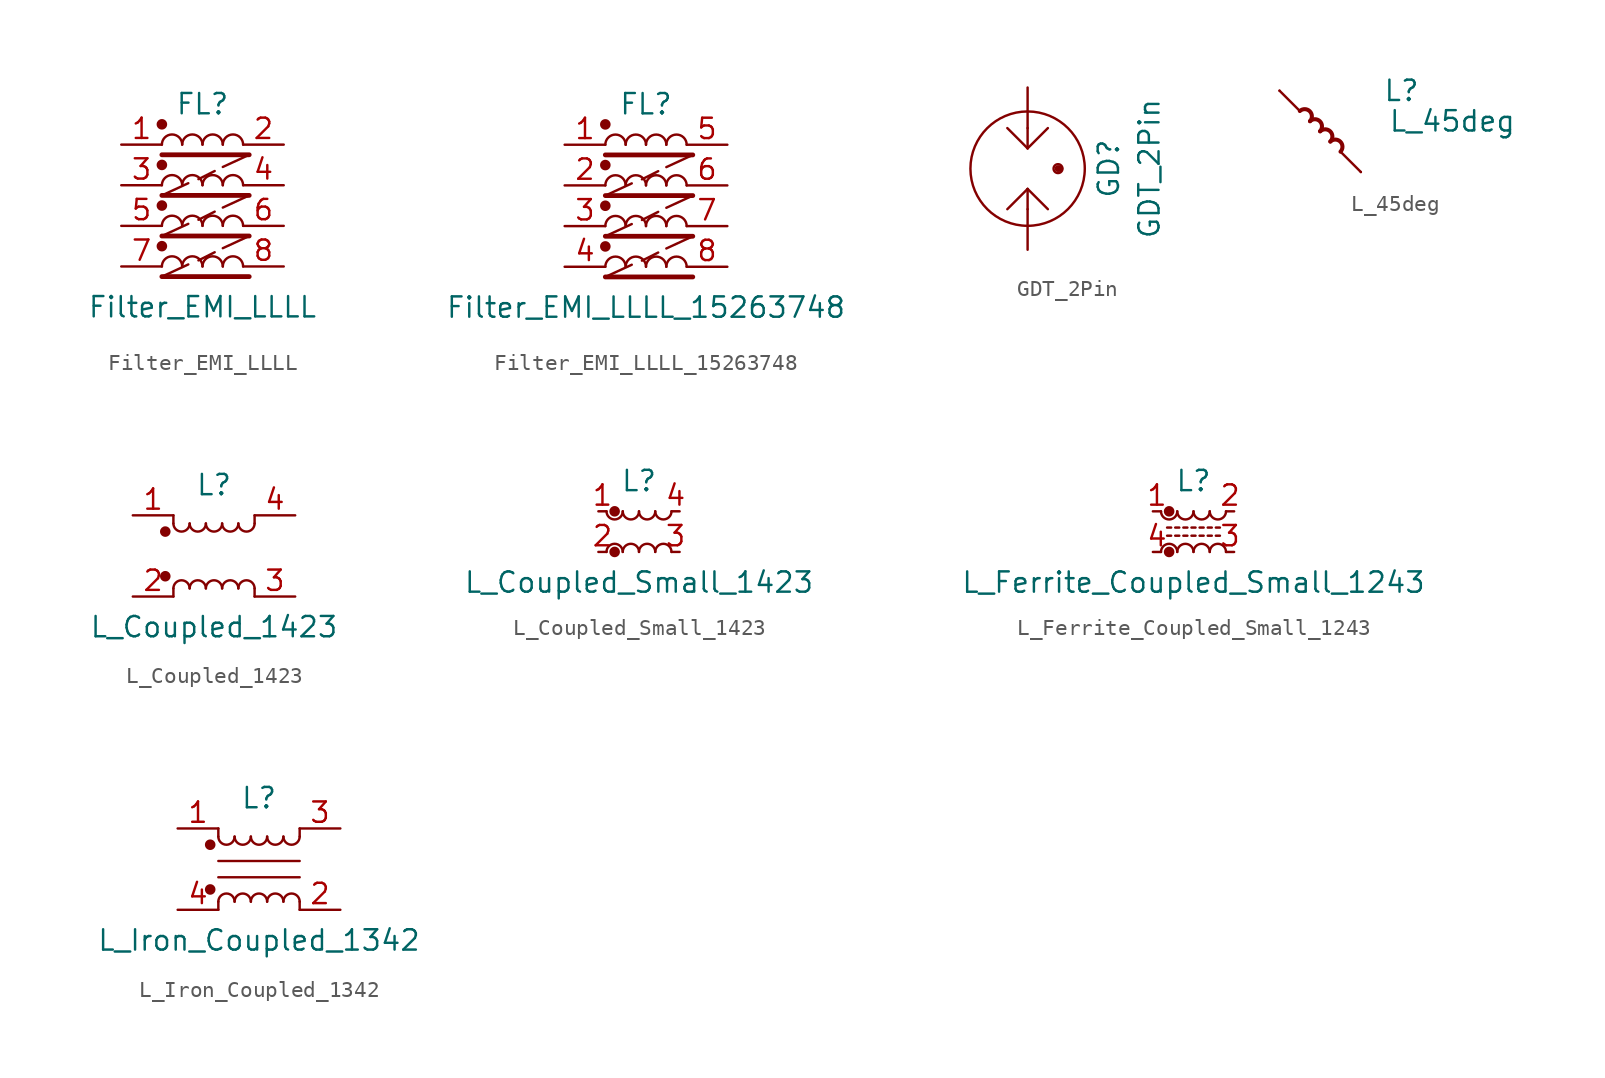
<source format=kicad_sym>
(kicad_symbol_lib
  (version 20241209)
  (generator "kicad_symbol_editor")
  (generator_version "9.0")
  (symbol "Filter_EMI_LLLL"
    (pin_names
      (hide yes))
    (property "Reference" "FL"
      (at 0 5.08 0)
      (effects (font (size 1.27 1.27))))
    (property "Value" "Filter_EMI_LLLL"
      (at 0 -7.62 0)
      (effects (font (size 1.27 1.27))))
    (symbol "Filter_EMI_LLLL_0_1"
      (circle (center -2.54 3.81) (radius 0.254) (stroke (width 0) (type default)) (fill (type outline)))
      (polyline (pts (xy -2.54 1.905) (xy 2.921 1.905)) (stroke (width 0.3) (type default)) (fill (type none)))
      (circle (center -2.54 1.27) (radius 0.254) (stroke (width 0) (type default)) (fill (type outline)))
      (polyline (pts (xy -2.54 -0.635) (xy 2.921 -0.635)) (stroke (width 0.3) (type default)) (fill (type none)))
      (circle (center -2.54 -1.27) (radius 0.254) (stroke (width 0) (type default)) (fill (type outline)))
      (polyline (pts (xy -2.54 -3.175) (xy 2.921 -3.175)) (stroke (width 0.3) (type default)) (fill (type none)))
      (circle (center -2.54 -3.81) (radius 0.254) (stroke (width 0) (type default)) (fill (type outline)))
      (polyline (pts (xy -2.54 -5.715) (xy 2.921 -5.715)) (stroke (width 0.3) (type default)) (fill (type none)))
      (arc (start -2.54 2.54) (mid -1.905 3.1723) (end -1.27 2.54) (stroke (width 0) (type default)) (fill (type none)))
      (arc (start -2.54 0) (mid -1.905 0.6323) (end -1.27 0) (stroke (width 0) (type default)) (fill (type none)))
      (arc (start -2.54 -2.54) (mid -1.905 -1.9077) (end -1.27 -2.54) (stroke (width 0) (type default)) (fill (type none)))
      (arc (start -2.54 -5.08) (mid -1.905 -4.4477) (end -1.27 -5.08) (stroke (width 0) (type default)) (fill (type none)))
      (polyline (pts (xy -0.889 0.127) (xy -2.54 -0.635)) (stroke (width 0.152) (type default)) (fill (type none)))
      (polyline (pts (xy -0.889 -2.413) (xy -2.54 -3.175)) (stroke (width 0.152) (type default)) (fill (type none)))
      (polyline (pts (xy -0.889 -4.953) (xy -2.54 -5.715)) (stroke (width 0.152) (type default)) (fill (type none)))
      (arc (start -1.27 2.54) (mid -0.635 3.1723) (end 0 2.54) (stroke (width 0) (type default)) (fill (type none)))
      (arc (start -1.27 0) (mid -0.635 0.6323) (end 0 0) (stroke (width 0) (type default)) (fill (type none)))
      (arc (start -1.27 -2.54) (mid -0.635 -1.9077) (end 0 -2.54) (stroke (width 0) (type default)) (fill (type none)))
      (arc (start -1.27 -5.08) (mid -0.635 -4.4477) (end 0 -5.08) (stroke (width 0) (type default)) (fill (type none)))
      (arc (start 0 2.54) (mid 0.635 3.1723) (end 1.27 2.54) (stroke (width 0) (type default)) (fill (type none)))
      (arc (start 0 0) (mid 0.635 0.6323) (end 1.27 0) (stroke (width 0) (type default)) (fill (type none)))
      (arc (start 0 -2.54) (mid 0.635 -1.9077) (end 1.27 -2.54) (stroke (width 0) (type default)) (fill (type none)))
      (arc (start 0 -5.08) (mid 0.635 -4.4477) (end 1.27 -5.08) (stroke (width 0) (type default)) (fill (type none)))
      (polyline (pts (xy 0.762 0.889) (xy -0.254 0.381)) (stroke (width 0.152) (type default)) (fill (type none)))
      (polyline (pts (xy 0.762 -1.651) (xy -0.254 -2.159)) (stroke (width 0.152) (type default)) (fill (type none)))
      (polyline (pts (xy 0.762 -4.191) (xy -0.254 -4.699)) (stroke (width 0.152) (type default)) (fill (type none)))
      (arc (start 1.27 2.54) (mid 1.905 3.1723) (end 2.54 2.54) (stroke (width 0) (type default)) (fill (type none)))
      (arc (start 1.27 0) (mid 1.905 0.6323) (end 2.54 0) (stroke (width 0) (type default)) (fill (type none)))
      (arc (start 1.27 -2.54) (mid 1.905 -1.9077) (end 2.54 -2.54) (stroke (width 0) (type default)) (fill (type none)))
      (arc (start 1.27 -5.08) (mid 1.905 -4.4477) (end 2.54 -5.08) (stroke (width 0) (type default)) (fill (type none)))
      (polyline (pts (xy 2.921 1.905) (xy 1.27 1.143)) (stroke (width 0.152) (type default)) (fill (type none)))
      (polyline (pts (xy 2.921 -0.635) (xy 1.27 -1.397)) (stroke (width 0.152) (type default)) (fill (type none)))
      (polyline (pts (xy 2.921 -3.175) (xy 1.27 -3.937)) (stroke (width 0.152) (type default)) (fill (type none))))
    (symbol "Filter_EMI_LLLL_1_1"
      (pin passive line (at -5.08 2.54 0) (length 2.54) (name "1" (effects (font (size 1.27 1.27)))) (number "1" (effects (font (size 1.27 1.27)))))
      (pin passive line (at -5.08 0 0) (length 2.54) (name "3" (effects (font (size 1.27 1.27)))) (number "3" (effects (font (size 1.27 1.27)))))
      (pin passive line (at -5.08 -2.54 0) (length 2.54) (name "5" (effects (font (size 1.27 1.27)))) (number "5" (effects (font (size 1.27 1.27)))))
      (pin passive line (at -5.08 -5.08 0) (length 2.54) (name "7" (effects (font (size 1.27 1.27)))) (number "7" (effects (font (size 1.27 1.27)))))
      (pin passive line (at 5.08 2.54 180) (length 2.54) (name "2" (effects (font (size 1.27 1.27)))) (number "2" (effects (font (size 1.27 1.27)))))
      (pin passive line (at 5.08 0 180) (length 2.54) (name "4" (effects (font (size 1.27 1.27)))) (number "4" (effects (font (size 1.27 1.27)))))
      (pin passive line (at 5.08 -2.54 180) (length 2.54) (name "6" (effects (font (size 1.27 1.27)))) (number "6" (effects (font (size 1.27 1.27)))))
      (pin passive line (at 5.08 -5.08 180) (length 2.54) (name "8" (effects (font (size 1.27 1.27)))) (number "8" (effects (font (size 1.27 1.27)))))))
  (symbol "Filter_EMI_LLLL_15263748"
    (pin_names
      (hide yes))
    (property "Reference" "FL"
      (at 0 5.08 0)
      (effects (font (size 1.27 1.27))))
    (property "Value" "Filter_EMI_LLLL_15263748"
      (at 0 -7.62 0)
      (effects (font (size 1.27 1.27))))
    (symbol "Filter_EMI_LLLL_15263748_0_1"
      (circle (center -2.54 3.81) (radius 0.254) (stroke (width 0) (type default)) (fill (type outline)))
      (polyline (pts (xy -2.54 1.905) (xy 2.921 1.905)) (stroke (width 0.3) (type default)) (fill (type none)))
      (circle (center -2.54 1.27) (radius 0.254) (stroke (width 0) (type default)) (fill (type outline)))
      (polyline (pts (xy -2.54 -0.635) (xy 2.921 -0.635)) (stroke (width 0.3) (type default)) (fill (type none)))
      (circle (center -2.54 -1.27) (radius 0.254) (stroke (width 0) (type default)) (fill (type outline)))
      (polyline (pts (xy -2.54 -3.175) (xy 2.921 -3.175)) (stroke (width 0.3) (type default)) (fill (type none)))
      (circle (center -2.54 -3.81) (radius 0.254) (stroke (width 0) (type default)) (fill (type outline)))
      (polyline (pts (xy -2.54 -5.715) (xy 2.921 -5.715)) (stroke (width 0.3) (type default)) (fill (type none)))
      (arc (start -2.54 2.54) (mid -1.905 3.1723) (end -1.27 2.54) (stroke (width 0) (type default)) (fill (type none)))
      (arc (start -2.54 0) (mid -1.905 0.6323) (end -1.27 0) (stroke (width 0) (type default)) (fill (type none)))
      (arc (start -2.54 -2.54) (mid -1.905 -1.9077) (end -1.27 -2.54) (stroke (width 0) (type default)) (fill (type none)))
      (arc (start -2.54 -5.08) (mid -1.905 -4.4477) (end -1.27 -5.08) (stroke (width 0) (type default)) (fill (type none)))
      (polyline (pts (xy -0.889 0.127) (xy -2.54 -0.635)) (stroke (width 0.152) (type default)) (fill (type none)))
      (polyline (pts (xy -0.889 -2.413) (xy -2.54 -3.175)) (stroke (width 0.152) (type default)) (fill (type none)))
      (polyline (pts (xy -0.889 -4.953) (xy -2.54 -5.715)) (stroke (width 0.152) (type default)) (fill (type none)))
      (arc (start -1.27 2.54) (mid -0.635 3.1723) (end 0 2.54) (stroke (width 0) (type default)) (fill (type none)))
      (arc (start -1.27 0) (mid -0.635 0.6323) (end 0 0) (stroke (width 0) (type default)) (fill (type none)))
      (arc (start -1.27 -2.54) (mid -0.635 -1.9077) (end 0 -2.54) (stroke (width 0) (type default)) (fill (type none)))
      (arc (start -1.27 -5.08) (mid -0.635 -4.4477) (end 0 -5.08) (stroke (width 0) (type default)) (fill (type none)))
      (arc (start 0 2.54) (mid 0.635 3.1723) (end 1.27 2.54) (stroke (width 0) (type default)) (fill (type none)))
      (arc (start 0 0) (mid 0.635 0.6323) (end 1.27 0) (stroke (width 0) (type default)) (fill (type none)))
      (arc (start 0 -2.54) (mid 0.635 -1.9077) (end 1.27 -2.54) (stroke (width 0) (type default)) (fill (type none)))
      (arc (start 0 -5.08) (mid 0.635 -4.4477) (end 1.27 -5.08) (stroke (width 0) (type default)) (fill (type none)))
      (polyline (pts (xy 0.762 0.889) (xy -0.254 0.381)) (stroke (width 0.152) (type default)) (fill (type none)))
      (polyline (pts (xy 0.762 -1.651) (xy -0.254 -2.159)) (stroke (width 0.152) (type default)) (fill (type none)))
      (polyline (pts (xy 0.762 -4.191) (xy -0.254 -4.699)) (stroke (width 0.152) (type default)) (fill (type none)))
      (arc (start 1.27 2.54) (mid 1.905 3.1723) (end 2.54 2.54) (stroke (width 0) (type default)) (fill (type none)))
      (arc (start 1.27 0) (mid 1.905 0.6323) (end 2.54 0) (stroke (width 0) (type default)) (fill (type none)))
      (arc (start 1.27 -2.54) (mid 1.905 -1.9077) (end 2.54 -2.54) (stroke (width 0) (type default)) (fill (type none)))
      (arc (start 1.27 -5.08) (mid 1.905 -4.4477) (end 2.54 -5.08) (stroke (width 0) (type default)) (fill (type none)))
      (polyline (pts (xy 2.921 1.905) (xy 1.27 1.143)) (stroke (width 0.152) (type default)) (fill (type none)))
      (polyline (pts (xy 2.921 -0.635) (xy 1.27 -1.397)) (stroke (width 0.152) (type default)) (fill (type none)))
      (polyline (pts (xy 2.921 -3.175) (xy 1.27 -3.937)) (stroke (width 0.152) (type default)) (fill (type none))))
    (symbol "Filter_EMI_LLLL_15263748_1_1"
      (pin passive line (at -5.08 2.54 0) (length 2.54) (name "1" (effects (font (size 1.27 1.27)))) (number "1" (effects (font (size 1.27 1.27)))))
      (pin passive line (at -5.08 0 0) (length 2.54) (name "2" (effects (font (size 1.27 1.27)))) (number "2" (effects (font (size 1.27 1.27)))))
      (pin passive line (at -5.08 -2.54 0) (length 2.54) (name "3" (effects (font (size 1.27 1.27)))) (number "3" (effects (font (size 1.27 1.27)))))
      (pin passive line (at -5.08 -5.08 0) (length 2.54) (name "4" (effects (font (size 1.27 1.27)))) (number "4" (effects (font (size 1.27 1.27)))))
      (pin passive line (at 5.08 2.54 180) (length 2.54) (name "5" (effects (font (size 1.27 1.27)))) (number "5" (effects (font (size 1.27 1.27)))))
      (pin passive line (at 5.08 0 180) (length 2.54) (name "6" (effects (font (size 1.27 1.27)))) (number "6" (effects (font (size 1.27 1.27)))))
      (pin passive line (at 5.08 -2.54 180) (length 2.54) (name "7" (effects (font (size 1.27 1.27)))) (number "7" (effects (font (size 1.27 1.27)))))
      (pin passive line (at 5.08 -5.08 180) (length 2.54) (name "8" (effects (font (size 1.27 1.27)))) (number "8" (effects (font (size 1.27 1.27)))))))
  (symbol "GDT_2Pin"
    (pin_numbers
      (hide yes))
    (property "Reference" "GD"
      (at 5.08 0 90)
      (effects (font (size 1.27 1.27))))
    (property "Value" "GDT_2Pin"
      (at 7.62 0 90)
      (effects (font (size 1.27 1.27))))
    (symbol "GDT_2Pin_0_1"
      (polyline (pts (xy 0 2.54) (xy 0 1.27)) (stroke (width 0) (type default)) (fill (type none)))
      (polyline (pts (xy 0 1.27) (xy -1.27 2.54)) (stroke (width 0) (type default)) (fill (type none)))
      (polyline (pts (xy 0 1.27) (xy 1.27 2.54)) (stroke (width 0) (type default)) (fill (type none)))
      (circle (center 0 0) (radius 3.581) (stroke (width 0) (type default)) (fill (type none)))
      (polyline (pts (xy 0 -1.27) (xy -1.27 -2.54)) (stroke (width 0) (type default)) (fill (type none)))
      (polyline (pts (xy 0 -1.27) (xy 1.27 -2.54)) (stroke (width 0) (type default)) (fill (type none)))
      (polyline (pts (xy 0 -2.54) (xy 0 -1.27)) (stroke (width 0) (type default)) (fill (type none)))
      (circle (center 1.905 0) (radius 0.127) (stroke (width 0) (type default)) (fill (type none)))
      (circle (center 1.905 0) (radius 0.127) (stroke (width 0) (type default)) (fill (type none)))
      (circle (center 1.905 0) (radius 0.279) (stroke (width 0) (type default)) (fill (type none)))
      (circle (center 2.032 0) (radius 0.127) (stroke (width 0) (type default)) (fill (type none))))
    (symbol "GDT_2Pin_1_1"
      (pin passive line (at 0 5.08 270) (length 2.54) (name "~" (effects (font (size 1.27 1.27)))) (number "3" (effects (font (size 1.27 1.27)))))
      (pin passive line (at 0 -5.08 90) (length 2.54) (name "~" (effects (font (size 1.27 1.27)))) (number "1" (effects (font (size 1.27 1.27)))))))
  (symbol "L_45deg"
    (pin_numbers
      (hide yes))
    (pin_names
      (offset 0))
    (property "Reference" "L"
      (at 5.08 2.54 0)
      (effects (font (size 1.27 1.27))))
    (property "Value" "L_45deg"
      (at 8.255 0.635 0)
      (effects (font (size 1.27 1.27))))
    (symbol "L_45deg_0_1"
      (polyline (pts (xy -1.27 1.27) (xy -2.54 2.54)) (stroke (width 0) (type default)) (fill (type none)))
      (polyline (pts (xy 2.54 -2.54) (xy 1.27 -1.27)) (stroke (width 0) (type default)) (fill (type none))))
    (symbol "L_45deg_1_1"
      (arc (start -1.27 1.27) (mid -0.6462 1.2588) (end -0.635 0.635) (stroke (width 0.254) (type default)) (fill (type none)))
      (arc (start -0.635 0.635) (mid -0.0062 0.6288) (end 0 0) (stroke (width 0.254) (type default)) (fill (type none)))
      (arc (start 0 0) (mid 0.6256 -0.0094) (end 0.635 -0.635) (stroke (width 0.254) (type default)) (fill (type none)))
      (arc (start 0.635 -0.635) (mid 1.2552 -0.6449) (end 1.27 -1.27) (stroke (width 0.254) (type default)) (fill (type none)))
      (pin passive line (at -2.54 2.54 0) (length 0) (name "~" (effects (font (size 1.27 1.27)))) (number "2" (effects (font (size 1.27 1.27)))))
      (pin passive line (at 2.54 -2.54 180) (length 0) (name "~" (effects (font (size 1.27 1.27)))) (number "1" (effects (font (size 1.27 1.27)))))))
  (symbol "L_Coupled_1423"
    (pin_names
      (offset 0.254)
      (hide yes))
    (property "Reference" "L"
      (at 0 4.445 0)
      (effects (font (size 1.27 1.27))))
    (property "Value" "L_Coupled_1423"
      (at 0 -4.445 0)
      (effects (font (size 1.27 1.27))))
    (symbol "L_Coupled_1423_0_1"
      (circle (center -3.048 1.524) (radius 0.254) (stroke (width 0) (type default)) (fill (type outline)))
      (circle (center -3.048 -1.27) (radius 0.254) (stroke (width 0) (type default)) (fill (type outline)))
      (polyline (pts (xy -2.54 2.032) (xy -2.54 2.54)) (stroke (width 0) (type default)) (fill (type none)))
      (polyline (pts (xy -2.54 -2.032) (xy -2.54 -2.54)) (stroke (width 0) (type default)) (fill (type none)))
      (arc (start -1.524 2.032) (mid -2.032 1.5262) (end -2.54 2.032) (stroke (width 0) (type default)) (fill (type none)))
      (arc (start -2.54 -2.032) (mid -2.032 -1.5262) (end -1.524 -2.032) (stroke (width 0) (type default)) (fill (type none)))
      (arc (start -0.508 2.032) (mid -1.016 1.5262) (end -1.524 2.032) (stroke (width 0) (type default)) (fill (type none)))
      (arc (start -1.524 -2.032) (mid -1.016 -1.5262) (end -0.508 -2.032) (stroke (width 0) (type default)) (fill (type none)))
      (arc (start 0.508 2.032) (mid 0 1.5262) (end -0.508 2.032) (stroke (width 0) (type default)) (fill (type none)))
      (arc (start -0.508 -2.032) (mid 0 -1.5262) (end 0.508 -2.032) (stroke (width 0) (type default)) (fill (type none)))
      (arc (start 1.524 2.032) (mid 1.016 1.5262) (end 0.508 2.032) (stroke (width 0) (type default)) (fill (type none)))
      (arc (start 0.508 -2.032) (mid 1.016 -1.5262) (end 1.524 -2.032) (stroke (width 0) (type default)) (fill (type none)))
      (arc (start 2.54 2.032) (mid 2.032 1.5262) (end 1.524 2.032) (stroke (width 0) (type default)) (fill (type none)))
      (arc (start 1.524 -2.032) (mid 2.032 -1.5262) (end 2.54 -2.032) (stroke (width 0) (type default)) (fill (type none)))
      (polyline (pts (xy 2.54 2.54) (xy 2.54 2.032)) (stroke (width 0) (type default)) (fill (type none)))
      (polyline (pts (xy 2.54 -2.032) (xy 2.54 -2.54)) (stroke (width 0) (type default)) (fill (type none))))
    (symbol "L_Coupled_1423_1_1"
      (pin passive line (at -5.08 2.54 0) (length 2.54) (name "1" (effects (font (size 1.27 1.27)))) (number "1" (effects (font (size 1.27 1.27)))))
      (pin passive line (at -5.08 -2.54 0) (length 2.54) (name "2" (effects (font (size 1.27 1.27)))) (number "2" (effects (font (size 1.27 1.27)))))
      (pin passive line (at 5.08 2.54 180) (length 2.54) (name "4" (effects (font (size 1.27 1.27)))) (number "4" (effects (font (size 1.27 1.27)))))
      (pin passive line (at 5.08 -2.54 180) (length 2.54) (name "3" (effects (font (size 1.27 1.27)))) (number "3" (effects (font (size 1.27 1.27)))))))
  (symbol "L_Coupled_Small_1423"
    (pin_names
      (offset 0.254)
      (hide yes))
    (property "Reference" "L"
      (at 0 3.175 0)
      (effects (font (size 1.27 1.27))))
    (property "Value" "L_Coupled_Small_1423"
      (at 0 -3.175 0)
      (effects (font (size 1.27 1.27))))
    (symbol "L_Coupled_Small_1423_0_1"
      (arc (start -1.016 1.27) (mid -1.524 0.7642) (end -2.032 1.27) (stroke (width 0) (type default)) (fill (type none)))
      (circle (center -1.524 1.27) (radius 0.254) (stroke (width 0) (type default)) (fill (type outline)))
      (circle (center -1.524 -1.27) (radius 0.254) (stroke (width 0) (type default)) (fill (type outline)))
      (arc (start -2.032 -1.27) (mid -1.524 -0.7642) (end -1.016 -1.27) (stroke (width 0) (type default)) (fill (type none)))
      (arc (start 0 1.27) (mid -0.508 0.7642) (end -1.016 1.27) (stroke (width 0) (type default)) (fill (type none)))
      (arc (start -1.016 -1.27) (mid -0.508 -0.7642) (end 0 -1.27) (stroke (width 0) (type default)) (fill (type none)))
      (arc (start 1.016 1.27) (mid 0.508 0.7642) (end 0 1.27) (stroke (width 0) (type default)) (fill (type none)))
      (arc (start 0 -1.27) (mid 0.508 -0.7642) (end 1.016 -1.27) (stroke (width 0) (type default)) (fill (type none)))
      (arc (start 2.032 1.27) (mid 1.524 0.7642) (end 1.016 1.27) (stroke (width 0) (type default)) (fill (type none)))
      (arc (start 1.016 -1.27) (mid 1.524 -0.7642) (end 2.032 -1.27) (stroke (width 0) (type default)) (fill (type none))))
    (symbol "L_Coupled_Small_1423_1_1"
      (pin passive line (at -2.54 1.27 0) (length 0.508) (name "1" (effects (font (size 1.27 1.27)))) (number "1" (effects (font (size 1.27 1.27)))))
      (pin passive line (at -2.54 -1.27 0) (length 0.508) (name "2" (effects (font (size 1.27 1.27)))) (number "2" (effects (font (size 1.27 1.27)))))
      (pin passive line (at 2.54 1.27 180) (length 0.508) (name "4" (effects (font (size 1.27 1.27)))) (number "4" (effects (font (size 1.27 1.27)))))
      (pin passive line (at 2.54 -1.27 180) (length 0.508) (name "3" (effects (font (size 1.27 1.27)))) (number "3" (effects (font (size 1.27 1.27)))))))
  (symbol "L_Ferrite_Coupled_Small_1243"
    (pin_names
      (offset 0.254)
      (hide yes))
    (property "Reference" "L"
      (at 0 3.175 0)
      (effects (font (size 1.27 1.27))))
    (property "Value" "L_Ferrite_Coupled_Small_1243"
      (at 0 -3.175 0)
      (effects (font (size 1.27 1.27))))
    (symbol "L_Ferrite_Coupled_Small_1243_0_1"
      (polyline (pts (xy -1.651 0.254) (xy -1.397 0.254)) (stroke (width 0) (type default)) (fill (type none)))
      (arc (start -1.016 1.27) (mid -1.524 0.7642) (end -2.032 1.27) (stroke (width 0) (type default)) (fill (type none)))
      (circle (center -1.524 1.27) (radius 0.254) (stroke (width 0) (type default)) (fill (type outline)))
      (circle (center -1.524 -1.27) (radius 0.254) (stroke (width 0) (type default)) (fill (type outline)))
      (arc (start -2.032 -1.27) (mid -1.524 -0.7642) (end -1.016 -1.27) (stroke (width 0) (type default)) (fill (type none)))
      (polyline (pts (xy -1.397 -0.254) (xy -1.651 -0.254)) (stroke (width 0) (type default)) (fill (type none)))
      (polyline (pts (xy -1.143 0.254) (xy -0.889 0.254)) (stroke (width 0) (type default)) (fill (type none)))
      (polyline (pts (xy -0.889 -0.254) (xy -1.143 -0.254)) (stroke (width 0) (type default)) (fill (type none)))
      (polyline (pts (xy -0.635 0.254) (xy -0.381 0.254)) (stroke (width 0) (type default)) (fill (type none)))
      (arc (start 0 1.27) (mid -0.508 0.7642) (end -1.016 1.27) (stroke (width 0) (type default)) (fill (type none)))
      (arc (start -1.016 -1.27) (mid -0.508 -0.7642) (end 0 -1.27) (stroke (width 0) (type default)) (fill (type none)))
      (polyline (pts (xy -0.381 -0.254) (xy -0.635 -0.254)) (stroke (width 0) (type default)) (fill (type none)))
      (polyline (pts (xy -0.127 0.254) (xy 0.127 0.254)) (stroke (width 0) (type default)) (fill (type none)))
      (polyline (pts (xy 0.127 -0.254) (xy -0.127 -0.254)) (stroke (width 0) (type default)) (fill (type none)))
      (polyline (pts (xy 0.381 0.254) (xy 0.635 0.254)) (stroke (width 0) (type default)) (fill (type none)))
      (arc (start 1.016 1.27) (mid 0.508 0.7642) (end 0 1.27) (stroke (width 0) (type default)) (fill (type none)))
      (arc (start 0 -1.27) (mid 0.508 -0.7642) (end 1.016 -1.27) (stroke (width 0) (type default)) (fill (type none)))
      (polyline (pts (xy 0.635 -0.254) (xy 0.381 -0.254)) (stroke (width 0) (type default)) (fill (type none)))
      (polyline (pts (xy 0.889 0.254) (xy 1.143 0.254)) (stroke (width 0) (type default)) (fill (type none)))
      (polyline (pts (xy 1.143 -0.254) (xy 0.889 -0.254)) (stroke (width 0) (type default)) (fill (type none)))
      (polyline (pts (xy 1.397 0.254) (xy 1.651 0.254)) (stroke (width 0) (type default)) (fill (type none)))
      (arc (start 2.032 1.27) (mid 1.524 0.7642) (end 1.016 1.27) (stroke (width 0) (type default)) (fill (type none)))
      (arc (start 1.016 -1.27) (mid 1.524 -0.7642) (end 2.032 -1.27) (stroke (width 0) (type default)) (fill (type none)))
      (polyline (pts (xy 1.651 -0.254) (xy 1.397 -0.254)) (stroke (width 0) (type default)) (fill (type none))))
    (symbol "L_Ferrite_Coupled_Small_1243_1_1"
      (pin passive line (at -2.54 1.27 0) (length 0.508) (name "1" (effects (font (size 1.27 1.27)))) (number "1" (effects (font (size 1.27 1.27)))))
      (pin passive line (at -2.54 -1.27 0) (length 0.508) (name "4" (effects (font (size 1.27 1.27)))) (number "4" (effects (font (size 1.27 1.27)))))
      (pin passive line (at 2.54 1.27 180) (length 0.508) (name "2" (effects (font (size 1.27 1.27)))) (number "2" (effects (font (size 1.27 1.27)))))
      (pin passive line (at 2.54 -1.27 180) (length 0.508) (name "3" (effects (font (size 1.27 1.27)))) (number "3" (effects (font (size 1.27 1.27)))))))
  (symbol "L_Iron_Coupled_1342"
    (pin_names
      (offset 0.254)
      (hide yes))
    (property "Reference" "L"
      (at 0 4.445 0)
      (effects (font (size 1.27 1.27))))
    (property "Value" "L_Iron_Coupled_1342"
      (at 0 -4.445 0)
      (effects (font (size 1.27 1.27))))
    (symbol "L_Iron_Coupled_1342_0_1"
      (circle (center -3.048 1.524) (radius 0.254) (stroke (width 0) (type default)) (fill (type outline)))
      (circle (center -3.048 -1.27) (radius 0.254) (stroke (width 0) (type default)) (fill (type outline)))
      (polyline (pts (xy -2.54 2.032) (xy -2.54 2.54)) (stroke (width 0) (type default)) (fill (type none)))
      (polyline (pts (xy -2.54 0.508) (xy 2.54 0.508)) (stroke (width 0) (type default)) (fill (type none)))
      (polyline (pts (xy -2.54 -2.032) (xy -2.54 -2.54)) (stroke (width 0) (type default)) (fill (type none)))
      (arc (start -1.524 2.032) (mid -2.032 1.5262) (end -2.54 2.032) (stroke (width 0) (type default)) (fill (type none)))
      (arc (start -2.54 -2.032) (mid -2.032 -1.5262) (end -1.524 -2.032) (stroke (width 0) (type default)) (fill (type none)))
      (arc (start -0.508 2.032) (mid -1.016 1.5262) (end -1.524 2.032) (stroke (width 0) (type default)) (fill (type none)))
      (arc (start -1.524 -2.032) (mid -1.016 -1.5262) (end -0.508 -2.032) (stroke (width 0) (type default)) (fill (type none)))
      (arc (start 0.508 2.032) (mid 0 1.5262) (end -0.508 2.032) (stroke (width 0) (type default)) (fill (type none)))
      (arc (start -0.508 -2.032) (mid 0 -1.5262) (end 0.508 -2.032) (stroke (width 0) (type default)) (fill (type none)))
      (arc (start 1.524 2.032) (mid 1.016 1.5262) (end 0.508 2.032) (stroke (width 0) (type default)) (fill (type none)))
      (arc (start 0.508 -2.032) (mid 1.016 -1.5262) (end 1.524 -2.032) (stroke (width 0) (type default)) (fill (type none)))
      (arc (start 2.54 2.032) (mid 2.032 1.5262) (end 1.524 2.032) (stroke (width 0) (type default)) (fill (type none)))
      (arc (start 1.524 -2.032) (mid 2.032 -1.5262) (end 2.54 -2.032) (stroke (width 0) (type default)) (fill (type none)))
      (polyline (pts (xy 2.54 2.54) (xy 2.54 2.032)) (stroke (width 0) (type default)) (fill (type none)))
      (polyline (pts (xy 2.54 -0.508) (xy -2.54 -0.508)) (stroke (width 0) (type default)) (fill (type none)))
      (polyline (pts (xy 2.54 -2.032) (xy 2.54 -2.54)) (stroke (width 0) (type default)) (fill (type none))))
    (symbol "L_Iron_Coupled_1342_1_1"
      (pin passive line (at -5.08 2.54 0) (length 2.54) (name "1" (effects (font (size 1.27 1.27)))) (number "1" (effects (font (size 1.27 1.27)))))
      (pin passive line (at -5.08 -2.54 0) (length 2.54) (name "4" (effects (font (size 1.27 1.27)))) (number "4" (effects (font (size 1.27 1.27)))))
      (pin passive line (at 5.08 2.54 180) (length 2.54) (name "3" (effects (font (size 1.27 1.27)))) (number "3" (effects (font (size 1.27 1.27)))))
      (pin passive line (at 5.08 -2.54 180) (length 2.54) (name "2" (effects (font (size 1.27 1.27)))) (number "2" (effects (font (size 1.27 1.27))))))))
</source>
